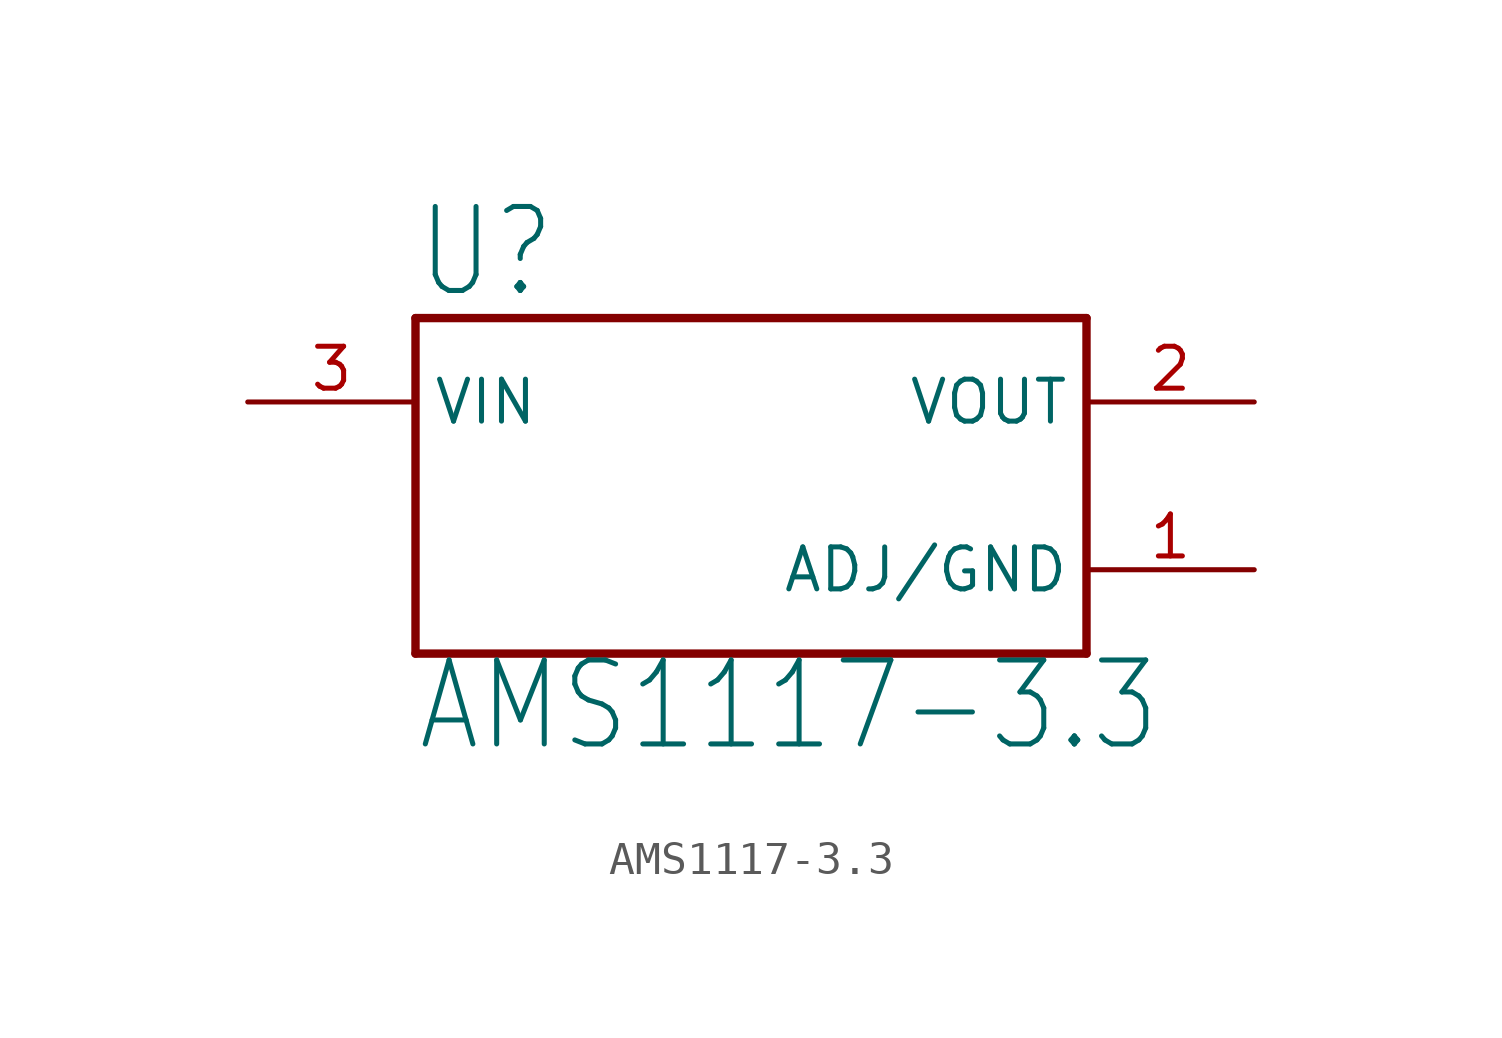
<source format=kicad_sym>
(kicad_symbol_lib
  (version 20211014)
  (generator kicad_symbol_editor)
  (symbol "AMS1117-3.3"
    (property "Reference" "U"
      (at -10.177 5.597 0)
      (effects (font (size 2.544 2.162)) (justify left bottom)))
    (property "Value" "AMS1117-3.3"
      (at -10.169 -8.135 0)
      (effects (font (size 2.542 2.161)) (justify left bottom)))
    (property "ki_locked" ""
      (at 0 0 0)
      (effects (font (size 1.27 1.27))))
    (symbol "AMS1117-3.3_1_0"
      (polyline (pts (xy -10.16 -5.08) (xy -10.16 5.08)) (stroke (width 0.254) (type default) (color 0 0 0 0)) (fill (type none)))
      (polyline (pts (xy -10.16 5.08) (xy 10.16 5.08)) (stroke (width 0.254) (type default) (color 0 0 0 0)) (fill (type none)))
      (polyline (pts (xy 10.16 -5.08) (xy -10.16 -5.08)) (stroke (width 0.254) (type default) (color 0 0 0 0)) (fill (type none)))
      (polyline (pts (xy 10.16 5.08) (xy 10.16 -5.08)) (stroke (width 0.254) (type default) (color 0 0 0 0)) (fill (type none)))
      (pin power_in line (at 15.24 -2.54 180) (length 5.08) (name "ADJ/GND" (effects (font (size 1.27 1.27)))) (number "1" (effects (font (size 1.27 1.27)))))
      (pin output line (at 15.24 2.54 180) (length 5.08) (name "VOUT" (effects (font (size 1.27 1.27)))) (number "2" (effects (font (size 1.27 1.27)))))
      (pin input line (at -15.24 2.54 0) (length 5.08) (name "VIN" (effects (font (size 1.27 1.27)))) (number "3" (effects (font (size 1.27 1.27))))))))
</source>
